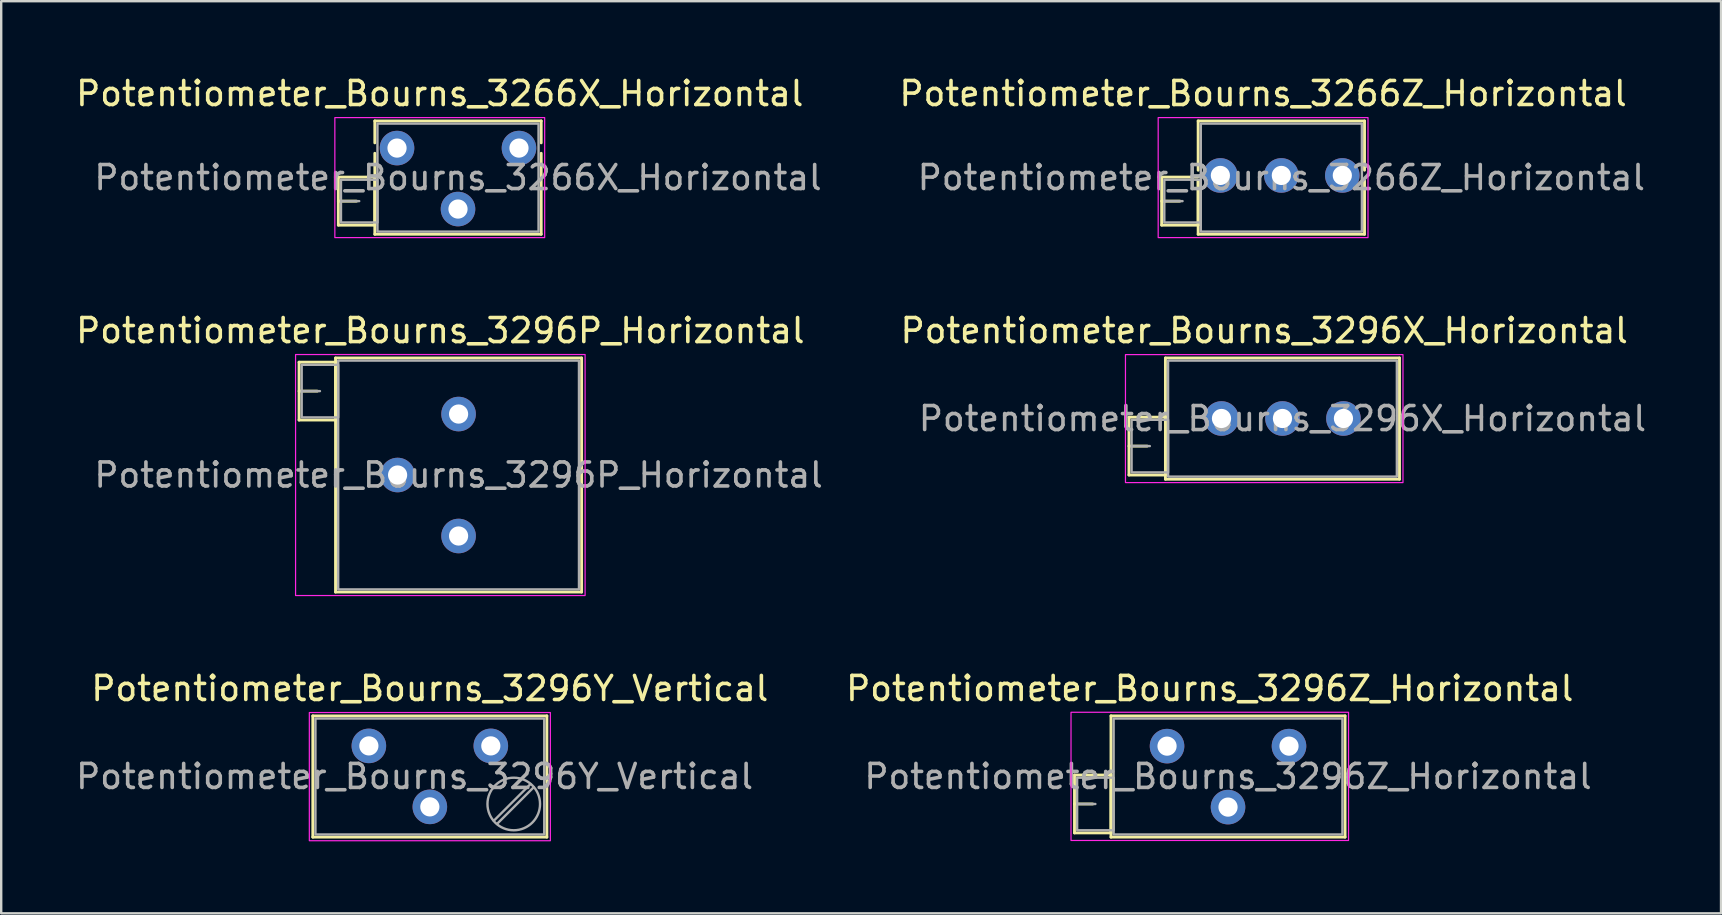
<source format=kicad_pcb>
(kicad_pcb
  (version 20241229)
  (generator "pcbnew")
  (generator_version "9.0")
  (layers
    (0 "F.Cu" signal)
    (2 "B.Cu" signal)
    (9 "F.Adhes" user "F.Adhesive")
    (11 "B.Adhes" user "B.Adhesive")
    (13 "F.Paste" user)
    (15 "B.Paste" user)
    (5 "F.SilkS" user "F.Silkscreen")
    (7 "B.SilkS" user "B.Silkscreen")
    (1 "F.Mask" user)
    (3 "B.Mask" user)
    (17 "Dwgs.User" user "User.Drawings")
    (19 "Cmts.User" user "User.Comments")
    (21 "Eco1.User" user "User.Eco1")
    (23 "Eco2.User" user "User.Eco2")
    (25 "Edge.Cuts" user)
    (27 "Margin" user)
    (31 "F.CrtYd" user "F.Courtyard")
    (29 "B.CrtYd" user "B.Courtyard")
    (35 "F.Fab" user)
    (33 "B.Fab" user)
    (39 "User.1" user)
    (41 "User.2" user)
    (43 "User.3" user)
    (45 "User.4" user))
  (footprint "Potentiometer_Bourns_3266X_Horizontal"
    (layer "F.Cu")
    (at 18.568 3.118)
    (property "Reference" "Potentiometer_Bourns_3266X_Horizontal" (at -3.3 -2.27 0) (layer "F.SilkS") (effects (font (size 1 1) (thickness 0.15))))
    (attr through_hole)
    (fp_line (start -7.525 1.21) (end -6.005 1.21) (stroke (width 0.12) (type solid)) (layer "F.SilkS"))
    (fp_line (start -7.525 2.21) (end -6.765 2.21) (stroke (width 0.12) (type solid)) (layer "F.SilkS"))
    (fp_line (start -7.525 3.21) (end -7.525 1.21) (stroke (width 0.12) (type solid)) (layer "F.SilkS"))
    (fp_line (start -6.005 -1.13) (end 0.925 -1.13) (stroke (width 0.12) (type solid)) (layer "F.SilkS"))
    (fp_line (start -6.005 -0.217) (end -6.005 -1.13) (stroke (width 0.12) (type solid)) (layer "F.SilkS"))
    (fp_line (start -6.005 1.21) (end -6.005 3.21) (stroke (width 0.12) (type solid)) (layer "F.SilkS"))
    (fp_line (start -6.005 3.21) (end -7.525 3.21) (stroke (width 0.12) (type solid)) (layer "F.SilkS"))
    (fp_line (start -6.005 3.59) (end -6.005 0.217) (stroke (width 0.12) (type solid)) (layer "F.SilkS"))
    (fp_line (start 0.925 -1.13) (end 0.925 -0.217) (stroke (width 0.12) (type solid)) (layer "F.SilkS"))
    (fp_line (start 0.925 0.217) (end 0.925 3.59) (stroke (width 0.12) (type solid)) (layer "F.SilkS"))
    (fp_line (start 0.925 3.59) (end -6.005 3.59) (stroke (width 0.12) (type solid)) (layer "F.SilkS"))
    (fp_rect (start -7.67 -1.27) (end 1.07 3.73) (stroke (width 0.05) (type solid)) (fill no) (layer "F.CrtYd"))
    (fp_line (start -7.415 2.21) (end -6.655 2.21) (stroke (width 0.1) (type solid)) (layer "F.Fab"))
    (fp_rect (start -7.415 1.32) (end -5.895 3.1) (stroke (width 0.1) (type solid)) (fill no) (layer "F.Fab"))
    (fp_rect (start -5.895 -1.02) (end 0.815 3.48) (stroke (width 0.1) (type solid)) (fill no) (layer "F.Fab"))
    (fp_text user "${REFERENCE}" (at -2.54 1.23 0) (layer "F.Fab") (effects (font (size 1 1) (thickness 0.15))))
    (pad "1" thru_hole circle (at 0 0) (size 1.44 1.44) (drill 0.8) (layers "*.Cu" "*.Mask"))
    (pad "2" thru_hole circle (at -2.54 2.54) (size 1.44 1.44) (drill 0.8) (layers "*.Cu" "*.Mask"))
    (pad "3" thru_hole circle (at -5.08 0) (size 1.44 1.44) (drill 0.8) (layers "*.Cu" "*.Mask")))
  (footprint "Potentiometer_Bourns_3296Y_Vertical"
    (layer "F.Cu")
    (at 17.395 28.02)
    (property "Reference" "Potentiometer_Bourns_3296Y_Vertical" (at -2.54 -2.39 0) (layer "F.SilkS") (effects (font (size 1 1) (thickness 0.15))))
    (attr through_hole)
    (fp_line (start -7.415 -1.25) (end 2.335 -1.25) (stroke (width 0.12) (type solid)) (layer "F.SilkS"))
    (fp_line (start -7.415 3.8) (end -7.415 -1.25) (stroke (width 0.12) (type solid)) (layer "F.SilkS"))
    (fp_line (start 2.335 -1.25) (end 2.335 3.8) (stroke (width 0.12) (type solid)) (layer "F.SilkS"))
    (fp_line (start 2.335 3.8) (end -7.415 3.8) (stroke (width 0.12) (type solid)) (layer "F.SilkS"))
    (fp_rect (start -7.56 -1.39) (end 2.48 3.95) (stroke (width 0.05) (type solid)) (fill no) (layer "F.CrtYd"))
    (fp_line (start 1.652 1.59) (end 0.125 3.117) (stroke (width 0.1) (type solid)) (layer "F.Fab"))
    (fp_line (start 1.785 1.723) (end 0.258 3.25) (stroke (width 0.1) (type solid)) (layer "F.Fab"))
    (fp_rect (start -7.305 -1.14) (end 2.225 3.69) (stroke (width 0.1) (type solid)) (fill no) (layer "F.Fab"))
    (fp_circle (center 0.955 2.42) (end 2.05 2.42) (stroke (width 0.1) (type solid)) (fill no) (layer "F.Fab"))
    (fp_text user "${REFERENCE}" (at -3.175 1.275 0) (layer "F.Fab") (effects (font (size 1 1) (thickness 0.15))))
    (pad "1" thru_hole circle (at 0 0) (size 1.44 1.44) (drill 0.8) (layers "*.Cu" "*.Mask"))
    (pad "2" thru_hole circle (at -2.54 2.54) (size 1.44 1.44) (drill 0.8) (layers "*.Cu" "*.Mask"))
    (pad "3" thru_hole circle (at -5.08 0) (size 1.44 1.44) (drill 0.8) (layers "*.Cu" "*.Mask")))
  (footprint "Potentiometer_Bourns_3296P_Horizontal"
    (layer "F.Cu")
    (at 16.052 14.197)
    (property "Reference" "Potentiometer_Bourns_3296P_Horizontal" (at -0.76 -3.475 0) (layer "F.SilkS") (effects (font (size 1 1) (thickness 0.15))))
    (attr through_hole)
    (fp_line (start -6.645 -2.16) (end -5.125 -2.16) (stroke (width 0.12) (type solid)) (layer "F.SilkS"))
    (fp_line (start -6.645 -0.955) (end -5.885 -0.955) (stroke (width 0.12) (type solid)) (layer "F.SilkS"))
    (fp_line (start -6.645 0.25) (end -6.645 -2.16) (stroke (width 0.12) (type solid)) (layer "F.SilkS"))
    (fp_line (start -5.125 -2.335) (end 5.125 -2.335) (stroke (width 0.12) (type solid)) (layer "F.SilkS"))
    (fp_line (start -5.125 -2.16) (end -5.125 0.25) (stroke (width 0.12) (type solid)) (layer "F.SilkS"))
    (fp_line (start -5.125 0.25) (end -6.645 0.25) (stroke (width 0.12) (type solid)) (layer "F.SilkS"))
    (fp_line (start -5.125 7.415) (end -5.125 -2.335) (stroke (width 0.12) (type solid)) (layer "F.SilkS"))
    (fp_line (start 5.125 -2.335) (end 5.125 7.415) (stroke (width 0.12) (type solid)) (layer "F.SilkS"))
    (fp_line (start 5.125 7.415) (end -5.125 7.415) (stroke (width 0.12) (type solid)) (layer "F.SilkS"))
    (fp_rect (start -6.79 -2.48) (end 5.27 7.56) (stroke (width 0.05) (type solid)) (fill no) (layer "F.CrtYd"))
    (fp_line (start -6.535 -0.955) (end -5.775 -0.955) (stroke (width 0.1) (type solid)) (layer "F.Fab"))
    (fp_rect (start -6.535 -2.05) (end -5.015 0.14) (stroke (width 0.1) (type solid)) (fill no) (layer "F.Fab"))
    (fp_rect (start -5.015 -2.225) (end 5.015 7.305) (stroke (width 0.1) (type solid)) (fill no) (layer "F.Fab"))
    (fp_text user "${REFERENCE}" (at 0 2.54 0) (layer "F.Fab") (effects (font (size 1 1) (thickness 0.15))))
    (pad "1" thru_hole circle (at 0 0) (size 1.44 1.44) (drill 0.8) (layers "*.Cu" "*.Mask"))
    (pad "2" thru_hole circle (at -2.54 2.54) (size 1.44 1.44) (drill 0.8) (layers "*.Cu" "*.Mask"))
    (pad "3" thru_hole circle (at 0 5.08) (size 1.44 1.44) (drill 0.8) (layers "*.Cu" "*.Mask")))
  (footprint "Potentiometer_Bourns_3296Z_Horizontal"
    (layer "F.Cu")
    (at 50.643 28.03)
    (property "Reference" "Potentiometer_Bourns_3296Z_Horizontal" (at -3.3 -2.4 0) (layer "F.SilkS") (effects (font (size 1 1) (thickness 0.15))))
    (attr through_hole)
    (fp_line (start -8.935 1.205) (end -7.415 1.205) (stroke (width 0.12) (type solid)) (layer "F.SilkS"))
    (fp_line (start -8.935 2.41) (end -8.175 2.41) (stroke (width 0.12) (type solid)) (layer "F.SilkS"))
    (fp_line (start -8.935 3.615) (end -8.935 1.205) (stroke (width 0.12) (type solid)) (layer "F.SilkS"))
    (fp_line (start -7.415 -1.26) (end 2.335 -1.26) (stroke (width 0.12) (type solid)) (layer "F.SilkS"))
    (fp_line (start -7.415 1.205) (end -7.415 3.615) (stroke (width 0.12) (type solid)) (layer "F.SilkS"))
    (fp_line (start -7.415 3.615) (end -8.935 3.615) (stroke (width 0.12) (type solid)) (layer "F.SilkS"))
    (fp_line (start -7.415 3.79) (end -7.415 -1.26) (stroke (width 0.12) (type solid)) (layer "F.SilkS"))
    (fp_line (start 2.335 -1.26) (end 2.335 3.79) (stroke (width 0.12) (type solid)) (layer "F.SilkS"))
    (fp_line (start 2.335 3.79) (end -7.415 3.79) (stroke (width 0.12) (type solid)) (layer "F.SilkS"))
    (fp_rect (start -9.08 -1.41) (end 2.48 3.93) (stroke (width 0.05) (type solid)) (fill no) (layer "F.CrtYd"))
    (fp_line (start -8.825 2.41) (end -8.065 2.41) (stroke (width 0.1) (type solid)) (layer "F.Fab"))
    (fp_rect (start -8.825 1.315) (end -7.305 3.505) (stroke (width 0.1) (type solid)) (fill no) (layer "F.Fab"))
    (fp_rect (start -7.305 -1.15) (end 2.225 3.68) (stroke (width 0.1) (type solid)) (fill no) (layer "F.Fab"))
    (fp_text user "${REFERENCE}" (at -2.54 1.265 0) (layer "F.Fab") (effects (font (size 1 1) (thickness 0.15))))
    (pad "1" thru_hole circle (at 0 0) (size 1.44 1.44) (drill 0.8) (layers "*.Cu" "*.Mask"))
    (pad "2" thru_hole circle (at -2.54 2.54) (size 1.44 1.44) (drill 0.8) (layers "*.Cu" "*.Mask"))
    (pad "3" thru_hole circle (at -5.08 0) (size 1.44 1.44) (drill 0.8) (layers "*.Cu" "*.Mask")))
  (footprint "Potentiometer_Bourns_3296X_Horizontal"
    (layer "F.Cu")
    (at 52.911 14.382)
    (property "Reference" "Potentiometer_Bourns_3296X_Horizontal" (at -3.3 -3.66 0) (layer "F.SilkS") (effects (font (size 1 1) (thickness 0.15))))
    (attr through_hole)
    (fp_line (start -8.935 -0.055) (end -7.415 -0.055) (stroke (width 0.12) (type solid)) (layer "F.SilkS"))
    (fp_line (start -8.935 1.15) (end -8.175 1.15) (stroke (width 0.12) (type solid)) (layer "F.SilkS"))
    (fp_line (start -8.935 2.355) (end -8.935 -0.055) (stroke (width 0.12) (type solid)) (layer "F.SilkS"))
    (fp_line (start -7.415 -2.52) (end 2.335 -2.52) (stroke (width 0.12) (type solid)) (layer "F.SilkS"))
    (fp_line (start -7.415 -0.055) (end -7.415 2.355) (stroke (width 0.12) (type solid)) (layer "F.SilkS"))
    (fp_line (start -7.415 2.355) (end -8.935 2.355) (stroke (width 0.12) (type solid)) (layer "F.SilkS"))
    (fp_line (start -7.415 2.53) (end -7.415 -2.52) (stroke (width 0.12) (type solid)) (layer "F.SilkS"))
    (fp_line (start 2.335 -2.52) (end 2.335 2.53) (stroke (width 0.12) (type solid)) (layer "F.SilkS"))
    (fp_line (start 2.335 2.53) (end -7.415 2.53) (stroke (width 0.12) (type solid)) (layer "F.SilkS"))
    (fp_rect (start -9.08 -2.66) (end 2.48 2.67) (stroke (width 0.05) (type solid)) (fill no) (layer "F.CrtYd"))
    (fp_line (start -8.825 1.15) (end -8.065 1.15) (stroke (width 0.1) (type solid)) (layer "F.Fab"))
    (fp_rect (start -8.825 0.055) (end -7.305 2.245) (stroke (width 0.1) (type solid)) (fill no) (layer "F.Fab"))
    (fp_rect (start -7.305 -2.41) (end 2.225 2.42) (stroke (width 0.1) (type solid)) (fill no) (layer "F.Fab"))
    (fp_text user "${REFERENCE}" (at -2.54 0.005 0) (layer "F.Fab") (effects (font (size 1 1) (thickness 0.15))))
    (pad "1" thru_hole circle (at 0 0) (size 1.44 1.44) (drill 0.8) (layers "*.Cu" "*.Mask"))
    (pad "2" thru_hole circle (at -2.54 0) (size 1.44 1.44) (drill 0.8) (layers "*.Cu" "*.Mask"))
    (pad "3" thru_hole circle (at -5.08 0) (size 1.44 1.44) (drill 0.8) (layers "*.Cu" "*.Mask")))
  (footprint "Potentiometer_Bourns_3266Z_Horizontal"
    (layer "F.Cu")
    (at 52.864 4.258)
    (property "Reference" "Potentiometer_Bourns_3266Z_Horizontal" (at -3.3 -3.41 0) (layer "F.SilkS") (effects (font (size 1 1) (thickness 0.15))))
    (attr through_hole)
    (fp_line (start -7.525 0.07) (end -6.027 0.07) (stroke (width 0.12) (type solid)) (layer "F.SilkS"))
    (fp_line (start -7.525 1.07) (end -6.765 1.07) (stroke (width 0.12) (type solid)) (layer "F.SilkS"))
    (fp_line (start -7.525 2.07) (end -7.525 0.07) (stroke (width 0.12) (type solid)) (layer "F.SilkS"))
    (fp_line (start -6.005 -2.27) (end 0.925 -2.27) (stroke (width 0.12) (type solid)) (layer "F.SilkS"))
    (fp_line (start -6.005 -0.217) (end -6.005 -2.27) (stroke (width 0.12) (type solid)) (layer "F.SilkS"))
    (fp_line (start -6.005 0.217) (end -6.005 2.07) (stroke (width 0.12) (type solid)) (layer "F.SilkS"))
    (fp_line (start -6.005 2.07) (end -7.525 2.07) (stroke (width 0.12) (type solid)) (layer "F.SilkS"))
    (fp_line (start -6.005 2.45) (end -6.005 0.217) (stroke (width 0.12) (type solid)) (layer "F.SilkS"))
    (fp_line (start 0.925 -2.27) (end 0.925 -0.217) (stroke (width 0.12) (type solid)) (layer "F.SilkS"))
    (fp_line (start 0.925 0.217) (end 0.925 2.45) (stroke (width 0.12) (type solid)) (layer "F.SilkS"))
    (fp_line (start 0.925 2.45) (end -6.005 2.45) (stroke (width 0.12) (type solid)) (layer "F.SilkS"))
    (fp_rect (start -7.67 -2.41) (end 1.07 2.59) (stroke (width 0.05) (type solid)) (fill no) (layer "F.CrtYd"))
    (fp_line (start -7.415 1.07) (end -6.655 1.07) (stroke (width 0.1) (type solid)) (layer "F.Fab"))
    (fp_rect (start -7.415 0.18) (end -5.895 1.96) (stroke (width 0.1) (type solid)) (fill no) (layer "F.Fab"))
    (fp_rect (start -5.895 -2.16) (end 0.815 2.34) (stroke (width 0.1) (type solid)) (fill no) (layer "F.Fab"))
    (fp_text user "${REFERENCE}" (at -2.54 0.09 0) (layer "F.Fab") (effects (font (size 1 1) (thickness 0.15))))
    (pad "1" thru_hole circle (at 0 0) (size 1.44 1.44) (drill 0.8) (layers "*.Cu" "*.Mask"))
    (pad "2" thru_hole circle (at -2.54 0) (size 1.44 1.44) (drill 0.8) (layers "*.Cu" "*.Mask"))
    (pad "3" thru_hole circle (at -5.08 0) (size 1.44 1.44) (drill 0.8) (layers "*.Cu" "*.Mask")))
  (gr_rect
    (start -3 -3)
    (end 68.639 34.995)
    (stroke (width 0.1) (type default))
    (fill no)
    (layer "Edge.Cuts")))
</source>
